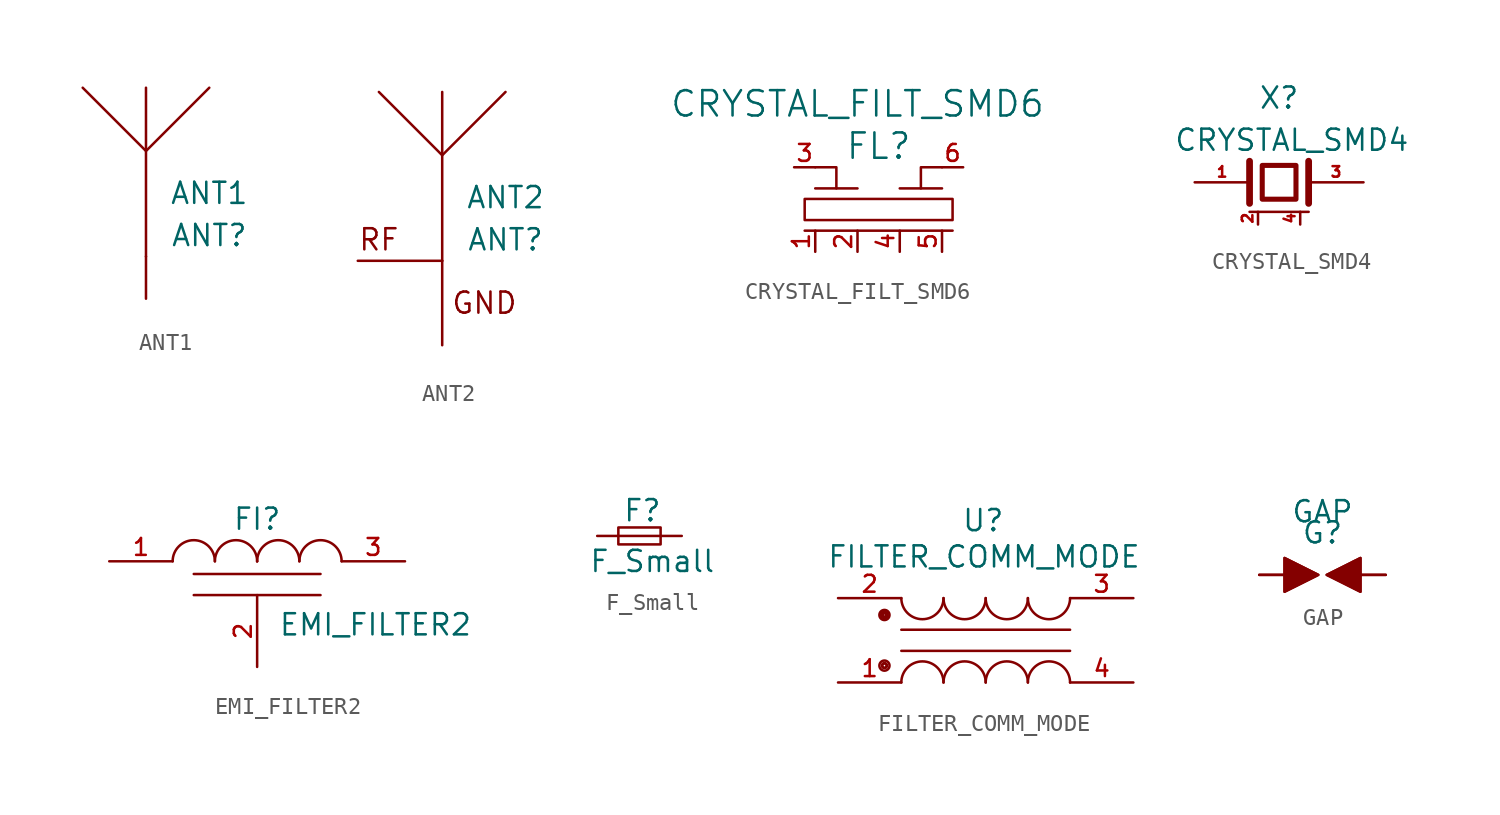
<source format=kicad_sym>
(kicad_symbol_lib
  (version 20211014)
  (generator kicad_symbol_editor)
  (symbol "ANT1"
    (pin_numbers hide)
    (pin_names
      (offset 1.016) hide)
    (property "Reference" "ANT"
      (at 3.81 1.27 0)
      (effects (font (size 1.27 1.27))))
    (property "Value" "ANT1"
      (at 3.81 3.81 0)
      (effects (font (size 1.27 1.27))))
    (symbol "ANT1_0_0"
      (pin input line (at 0 -2.54 90) (length 2.54) (name "RF" (effects (font (size 1.27 1.27)))) (number "1" (effects (font (size 1.27 1.27))))))
    (symbol "ANT1_0_1"
      (polyline (pts (xy 0 0) (xy 0 10.16)) (stroke (width 0) (type default) (color 0 0 0 0)) (fill (type none)))
      (polyline (pts (xy 3.81 10.16) (xy 0 6.35) (xy -3.81 10.16)) (stroke (width 0) (type default) (color 0 0 0 0)) (fill (type none)))))
  (symbol "ANT2"
    (pin_numbers hide)
    (pin_names
      (offset 1.016) hide)
    (property "Reference" "ANT"
      (at 3.81 1.27 0)
      (effects (font (size 1.27 1.27))))
    (property "Value" "ANT2"
      (at 3.81 3.81 0)
      (effects (font (size 1.27 1.27))))
    (symbol "ANT2_0_0"
      (text "GND" (at 2.54 -2.54 0) (effects (font (size 1.27 1.27))))
      (text "RF" (at -3.81 1.27 0) (effects (font (size 1.27 1.27))))
      (pin input line (at -5.08 0 0) (length 5.08) (name "RF" (effects (font (size 1.27 1.27)))) (number "1" (effects (font (size 1.27 1.27)))))
      (pin input line (at 0 -5.08 90) (length 5.08) (name "GND" (effects (font (size 1.27 1.27)))) (number "2" (effects (font (size 1.27 1.27))))))
    (symbol "ANT2_0_1"
      (polyline (pts (xy 0 0) (xy 0 10.16)) (stroke (width 0) (type default) (color 0 0 0 0)) (fill (type none)))
      (polyline (pts (xy 3.81 10.16) (xy 0 6.35) (xy -3.81 10.16)) (stroke (width 0) (type default) (color 0 0 0 0)) (fill (type none)))))
  (symbol "CRYSTAL_FILT_SMD6"
    (pin_names
      (offset 0) hide)
    (property "Reference" "FL"
      (at 0 3.81 0)
      (effects (font (size 1.524 1.524))))
    (property "Value" "CRYSTAL_FILT_SMD6"
      (at -1.27 6.35 0)
      (effects (font (size 1.524 1.524))))
    (symbol "CRYSTAL_FILT_SMD6_0_1"
      (rectangle (start -4.445 0.635) (end 4.445 -0.635) (stroke (width 0) (type default) (color 0 0 0 0)) (fill (type none)))
      (polyline (pts (xy -4.445 -1.27) (xy 4.445 -1.27)) (stroke (width 0) (type default) (color 0 0 0 0)) (fill (type none)))
      (polyline (pts (xy -3.81 1.27) (xy -1.27 1.27)) (stroke (width 0) (type default) (color 0 0 0 0)) (fill (type none)))
      (polyline (pts (xy 3.81 1.27) (xy 1.27 1.27)) (stroke (width 0) (type default) (color 0 0 0 0)) (fill (type none)))
      (polyline (pts (xy -3.81 2.54) (xy -2.54 2.54) (xy -2.54 1.27)) (stroke (width 0) (type default) (color 0 0 0 0)) (fill (type none)))
      (polyline (pts (xy 2.54 1.27) (xy 2.54 2.54) (xy 3.81 2.54)) (stroke (width 0) (type default) (color 0 0 0 0)) (fill (type none))))
    (symbol "CRYSTAL_FILT_SMD6_1_1"
      (pin passive line (at -3.81 -2.54 90) (length 1.27) (name "1" (effects (font (size 1.016 1.016)))) (number "1" (effects (font (size 1.016 1.016)))))
      (pin passive line (at -1.27 -2.54 90) (length 1.27) (name "2" (effects (font (size 1.016 1.016)))) (number "2" (effects (font (size 1.016 1.016)))))
      (pin passive line (at -5.08 2.54 0) (length 1.27) (name "3" (effects (font (size 1.016 1.016)))) (number "3" (effects (font (size 1.016 1.016)))))
      (pin passive line (at 1.27 -2.54 90) (length 1.27) (name "4" (effects (font (size 1.016 1.016)))) (number "4" (effects (font (size 1.016 1.016)))))
      (pin passive line (at 3.81 -2.54 90) (length 1.27) (name "5" (effects (font (size 1.016 1.016)))) (number "5" (effects (font (size 1.016 1.016)))))
      (pin passive line (at 5.08 2.54 180) (length 1.27) (name "6" (effects (font (size 1.016 1.016)))) (number "6" (effects (font (size 1.016 1.016)))))))
  (symbol "CRYSTAL_SMD4"
    (pin_names
      (offset 1.016) hide)
    (property "Reference" "X"
      (at 0 5.08 0)
      (effects (font (size 1.27 1.27))))
    (property "Value" "CRYSTAL_SMD4"
      (at -6.35 2.54 0)
      (effects (font (size 1.27 1.27)) (justify left)))
    (property "Footprint" ""
      (at 0 0 0)
      (effects (font (size 1.27 1.27))))
    (property "Datasheet" ""
      (at 0 0 0)
      (effects (font (size 1.27 1.27))))
    (symbol "CRYSTAL_SMD4_0_1"
      (polyline (pts (xy -1.778 -1.778) (xy 1.778 -1.778)) (stroke (width 0) (type default) (color 0 0 0 0)) (fill (type none)))
      (polyline (pts (xy -1.778 1.27) (xy -1.778 -1.27)) (stroke (width 0.406) (type default) (color 0 0 0 0)) (fill (type none)))
      (polyline (pts (xy 1.778 1.27) (xy 1.778 -1.27)) (stroke (width 0.406) (type default) (color 0 0 0 0)) (fill (type none)))
      (polyline (pts (xy -1.016 1.016) (xy 1.016 1.016) (xy 1.016 -1.016) (xy -1.016 -1.016) (xy -1.016 1.016)) (stroke (width 0.305) (type default) (color 0 0 0 0)) (fill (type none))))
    (symbol "CRYSTAL_SMD4_1_1"
      (pin passive line (at -5.08 0 0) (length 3.302) (name "1" (effects (font (size 0.508 0.508)))) (number "1" (effects (font (size 0.635 0.635)))))
      (pin passive line (at -1.27 -2.54 90) (length 0.762) (name "GND" (effects (font (size 0.508 0.508)))) (number "2" (effects (font (size 0.635 0.635)))))
      (pin passive line (at 5.08 0 180) (length 3.302) (name "~" (effects (font (size 0.508 0.508)))) (number "3" (effects (font (size 0.635 0.635)))))
      (pin passive line (at 1.27 -2.54 90) (length 0.762) (name "GND" (effects (font (size 0.508 0.508)))) (number "4" (effects (font (size 0.635 0.635)))))))
  (symbol "EMI_FILTER2"
    (pin_names
      (offset 1.016) hide)
    (property "Reference" "FI"
      (at 0 2.54 0)
      (effects (font (size 1.27 1.27))))
    (property "Value" "EMI_FILTER2"
      (at 1.27 -3.81 0)
      (effects (font (size 1.27 1.27)) (justify left)))
    (property "Footprint" ""
      (at 0 0 0)
      (effects (font (size 1.27 1.27))))
    (property "Datasheet" ""
      (at 0 0 0)
      (effects (font (size 1.27 1.27))))
    (symbol "EMI_FILTER2_0_1"
      (arc (start -2.54 0) (mid -3.81 1.27) (end -5.08 0) (stroke (width 0) (type default) (color 0 0 0 0)) (fill (type none)))
      (arc (start 0 0) (mid -1.27 1.27) (end -2.54 0) (stroke (width 0) (type default) (color 0 0 0 0)) (fill (type none)))
      (arc (start 0 0) (mid 0 0) (end 0 0) (stroke (width 0) (type default) (color 0 0 0 0)) (fill (type none)))
      (polyline (pts (xy -3.81 -2.032) (xy 3.81 -2.032) (xy 3.81 -2.032) (xy 3.81 -2.032)) (stroke (width 0) (type default) (color 0 0 0 0)) (fill (type none)))
      (polyline (pts (xy -3.81 -0.762) (xy 3.81 -0.762) (xy 3.81 -0.762) (xy 3.81 -0.762)) (stroke (width 0) (type default) (color 0 0 0 0)) (fill (type none)))
      (arc (start 2.54 0) (mid 1.27 1.27) (end 0 0) (stroke (width 0) (type default) (color 0 0 0 0)) (fill (type none)))
      (arc (start 5.08 0) (mid 3.81 1.27) (end 2.54 0) (stroke (width 0) (type default) (color 0 0 0 0)) (fill (type none))))
    (symbol "EMI_FILTER2_1_1"
      (pin passive line (at -8.89 0 0) (length 3.81) (name "VI" (effects (font (size 1.016 1.016)))) (number "1" (effects (font (size 1.016 1.016)))))
      (pin passive line (at 0 -6.35 90) (length 4.318) (name "GND" (effects (font (size 1.016 1.016)))) (number "2" (effects (font (size 1.016 1.016)))))
      (pin passive line (at 8.89 0 180) (length 3.81) (name "VO" (effects (font (size 1.016 1.016)))) (number "3" (effects (font (size 1.016 1.016)))))))
  (symbol "F_Small"
    (pin_numbers hide)
    (pin_names
      (offset 0.254) hide)
    (property "Reference" "F"
      (at -1.016 1.524 0)
      (effects (font (size 1.27 1.27)) (justify left)))
    (property "Value" "F_Small"
      (at -3.048 -1.524 0)
      (effects (font (size 1.27 1.27)) (justify left)))
    (property "Footprint" ""
      (at 0 0 0)
      (effects (font (size 1.27 1.27))))
    (property "Datasheet" ""
      (at 0 0 0)
      (effects (font (size 1.27 1.27))))
    (symbol "F_Small_0_1"
      (rectangle (start -1.27 0.508) (end 1.27 -0.508) (stroke (width 0) (type default) (color 0 0 0 0)) (fill (type none)))
      (polyline (pts (xy -1.27 0) (xy 1.27 0)) (stroke (width 0) (type default) (color 0 0 0 0)) (fill (type none))))
    (symbol "F_Small_1_1"
      (pin passive line (at -2.54 0 0) (length 1.27) (name "~" (effects (font (size 1.016 1.016)))) (number "1" (effects (font (size 1.016 1.016)))))
      (pin passive line (at 2.54 0 180) (length 1.27) (name "~" (effects (font (size 1.016 1.016)))) (number "2" (effects (font (size 1.016 1.016)))))))
  (symbol "FILTER_COMM_MODE"
    (pin_names
      (offset 1.016) hide)
    (property "Reference" "U"
      (at -0.152 7.214 0)
      (effects (font (size 1.27 1.27))))
    (property "Value" "FILTER_COMM_MODE"
      (at -0.102 5.029 0)
      (effects (font (size 1.27 1.27))))
    (symbol "FILTER_COMM_MODE_0_1"
      (circle (center -6.096 -1.524) (radius 0.051) (stroke (width 0) (type default) (color 0 0 0 0)) (fill (type none)))
      (circle (center -6.096 -1.524) (radius 0.152) (stroke (width 0) (type default) (color 0 0 0 0)) (fill (type none)))
      (circle (center -6.096 -1.524) (radius 0.305) (stroke (width 0) (type default) (color 0 0 0 0)) (fill (type none)))
      (circle (center -6.096 1.524) (radius 0.051) (stroke (width 0) (type default) (color 0 0 0 0)) (fill (type none)))
      (circle (center -6.096 1.524) (radius 0.102) (stroke (width 0) (type default) (color 0 0 0 0)) (fill (type none)))
      (circle (center -6.096 1.524) (radius 0.203) (stroke (width 0) (type default) (color 0 0 0 0)) (fill (type none)))
      (circle (center -6.096 1.524) (radius 0.305) (stroke (width 0) (type default) (color 0 0 0 0)) (fill (type none)))
      (arc (start -5.08 2.54) (mid -3.81 1.27) (end -2.54 2.54) (stroke (width 0) (type default) (color 0 0 0 0)) (fill (type none)))
      (arc (start -2.54 -2.54) (mid -3.81 -1.27) (end -5.08 -2.54) (stroke (width 0) (type default) (color 0 0 0 0)) (fill (type none)))
      (arc (start -2.54 2.54) (mid -1.27 1.27) (end 0 2.54) (stroke (width 0) (type default) (color 0 0 0 0)) (fill (type none)))
      (arc (start 0 -2.54) (mid -1.27 -1.27) (end -2.54 -2.54) (stroke (width 0) (type default) (color 0 0 0 0)) (fill (type none)))
      (polyline (pts (xy -5.08 -0.635) (xy 5.08 -0.635)) (stroke (width 0) (type default) (color 0 0 0 0)) (fill (type none)))
      (polyline (pts (xy -5.08 0.635) (xy 5.08 0.635)) (stroke (width 0) (type default) (color 0 0 0 0)) (fill (type none)))
      (arc (start 0 2.54) (mid 1.27 1.27) (end 2.54 2.54) (stroke (width 0) (type default) (color 0 0 0 0)) (fill (type none)))
      (arc (start 2.54 -2.54) (mid 1.27 -1.27) (end 0 -2.54) (stroke (width 0) (type default) (color 0 0 0 0)) (fill (type none)))
      (arc (start 2.54 2.54) (mid 3.81 1.27) (end 5.08 2.54) (stroke (width 0) (type default) (color 0 0 0 0)) (fill (type none)))
      (arc (start 5.08 -2.54) (mid 3.81 -1.27) (end 2.54 -2.54) (stroke (width 0) (type default) (color 0 0 0 0)) (fill (type none))))
    (symbol "FILTER_COMM_MODE_1_1"
      (pin passive line (at -8.89 -2.54 0) (length 3.81) (name "1" (effects (font (size 1.016 1.016)))) (number "1" (effects (font (size 1.016 1.016)))))
      (pin passive line (at -8.89 2.54 0) (length 3.81) (name "2" (effects (font (size 1.016 1.016)))) (number "2" (effects (font (size 1.016 1.016)))))
      (pin passive line (at 8.89 2.54 180) (length 3.81) (name "3" (effects (font (size 1.016 1.016)))) (number "3" (effects (font (size 1.016 1.016)))))
      (pin passive line (at 8.89 -2.54 180) (length 3.81) (name "4" (effects (font (size 1.016 1.016)))) (number "4" (effects (font (size 1.016 1.016)))))))
  (symbol "GAP"
    (pin_numbers hide)
    (pin_names
      (offset 0) hide)
    (property "Reference" "G"
      (at 0 2.54 0)
      (effects (font (size 1.27 1.27))))
    (property "Value" "GAP"
      (at 0 3.81 0)
      (effects (font (size 1.27 1.27))))
    (symbol "GAP_1_1"
      (polyline (pts (xy -2.286 -1.016) (xy -0.254 0) (xy -2.286 1.016) (xy -2.286 -1.016)) (stroke (width 0) (type default) (color 0 0 0 0)) (fill (type outline)))
      (polyline (pts (xy -2.286 -1.016) (xy -0.254 0) (xy -2.286 1.016) (xy -2.286 -1.016)) (stroke (width 0) (type default) (color 0 0 0 0)) (fill (type outline)))
      (polyline (pts (xy 2.286 1.016) (xy 0.254 0) (xy 2.286 -1.016) (xy 2.286 1.016)) (stroke (width 0) (type default) (color 0 0 0 0)) (fill (type outline)))
      (polyline (pts (xy 2.286 1.016) (xy 0.254 0) (xy 2.286 -1.016) (xy 2.286 1.016)) (stroke (width 0) (type default) (color 0 0 0 0)) (fill (type outline)))
      (pin passive line (at -3.81 0 0) (length 1.524) (name "K" (effects (font (size 1.016 1.016)))) (number "1" (effects (font (size 1.016 1.016)))))
      (pin passive line (at -3.81 0 0) (length 1.524) (name "K" (effects (font (size 1.016 1.016)))) (number "1" (effects (font (size 1.016 1.016)))))
      (pin passive line (at 3.81 0 180) (length 1.524) (name "A" (effects (font (size 1.016 1.016)))) (number "2" (effects (font (size 1.016 1.016)))))
      (pin passive line (at 3.81 0 180) (length 1.524) (name "A" (effects (font (size 1.016 1.016)))) (number "2" (effects (font (size 1.016 1.016))))))))
</source>
